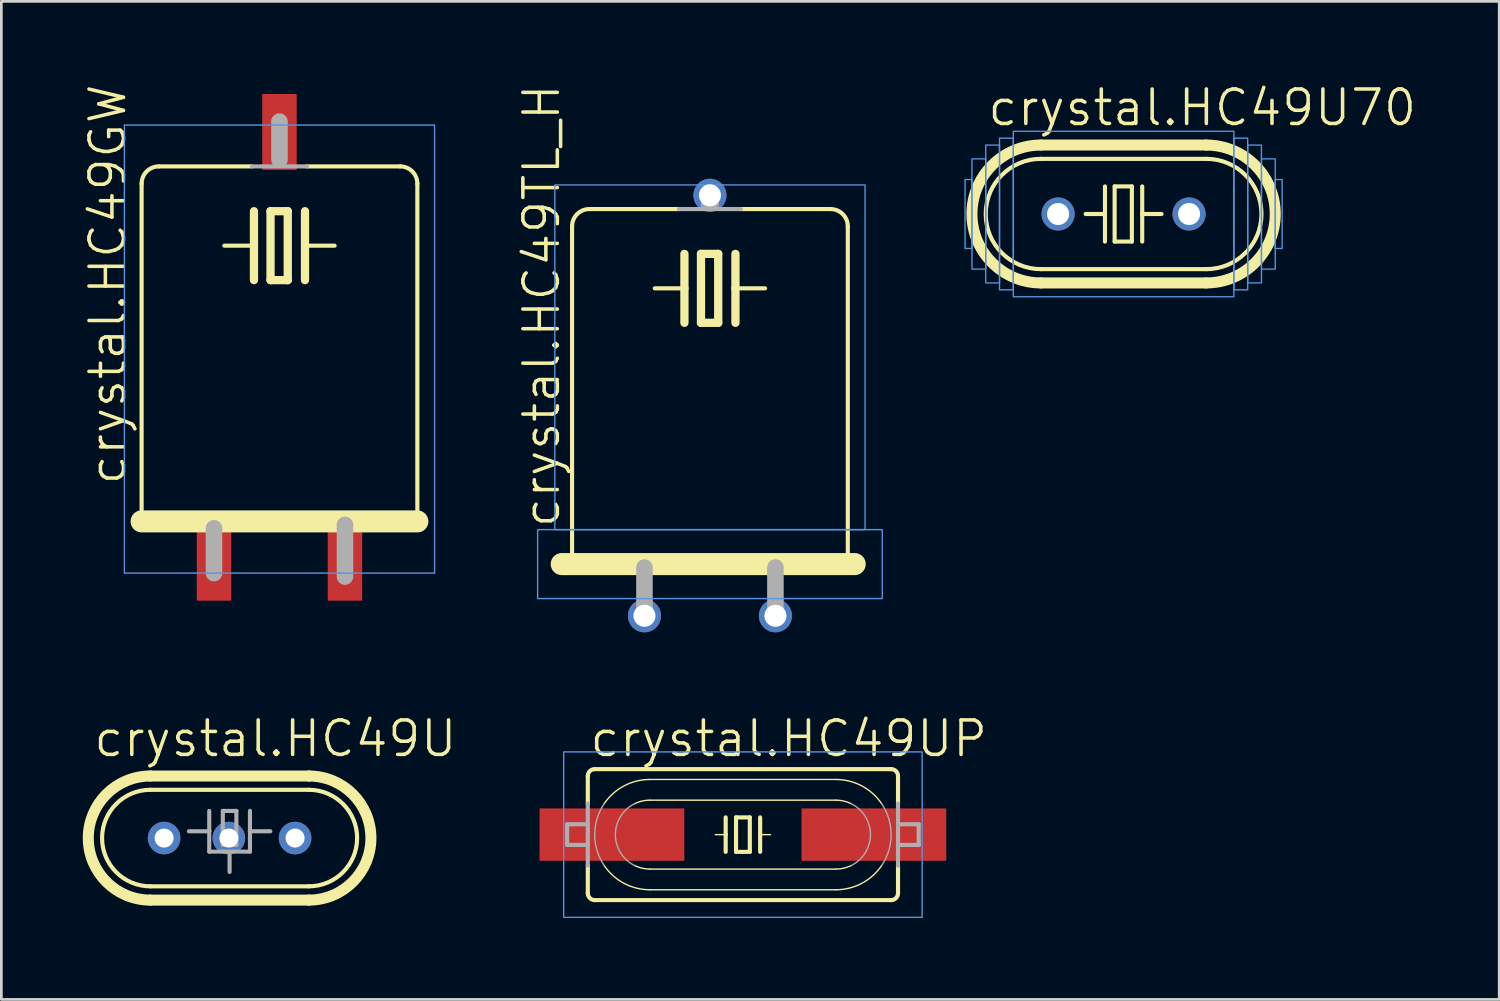
<source format=kicad_pcb>
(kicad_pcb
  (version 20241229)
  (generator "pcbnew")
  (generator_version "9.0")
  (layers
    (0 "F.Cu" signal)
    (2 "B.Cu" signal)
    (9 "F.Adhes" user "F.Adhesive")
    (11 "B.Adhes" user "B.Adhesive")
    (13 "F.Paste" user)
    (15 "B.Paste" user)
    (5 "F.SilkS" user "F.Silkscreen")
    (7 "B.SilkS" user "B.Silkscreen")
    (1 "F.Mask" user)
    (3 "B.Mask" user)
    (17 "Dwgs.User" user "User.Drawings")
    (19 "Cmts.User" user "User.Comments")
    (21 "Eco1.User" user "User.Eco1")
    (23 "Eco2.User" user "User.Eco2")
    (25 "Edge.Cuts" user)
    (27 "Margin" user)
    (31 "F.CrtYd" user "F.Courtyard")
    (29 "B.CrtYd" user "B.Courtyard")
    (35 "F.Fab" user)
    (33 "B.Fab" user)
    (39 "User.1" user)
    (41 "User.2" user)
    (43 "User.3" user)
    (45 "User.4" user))
  (footprint "crystal.HC49TL_H"
    (layer "F.Cu")
    (at 23.109 12.02)
    (property "Reference" "crystal.HC49TL_H" (at -5.461 4.445 90) (layer "F.SilkS") (effects (font (size 1.27 1.27) (thickness 0.13)) (justify left bottom)))
    (attr through_hole)
    (fp_line (start -5.08 -6.731) (end -5.08 5.715) (stroke (width 0.152) (type default)) (layer "F.SilkS"))
    (fp_line (start -1.143 -7.366) (end -4.445 -7.366) (stroke (width 0.152) (type default)) (layer "F.SilkS"))
    (fp_line (start -0.94 -5.715) (end -0.94 -4.445) (stroke (width 0.305) (type default)) (layer "F.SilkS"))
    (fp_line (start -0.94 -4.445) (end -2.032 -4.445) (stroke (width 0.152) (type default)) (layer "F.SilkS"))
    (fp_line (start -0.94 -4.445) (end -0.94 -3.175) (stroke (width 0.305) (type default)) (layer "F.SilkS"))
    (fp_line (start -0.33 -5.715) (end -0.33 -3.175) (stroke (width 0.305) (type default)) (layer "F.SilkS"))
    (fp_line (start -0.33 -3.175) (end 0.305 -3.175) (stroke (width 0.305) (type default)) (layer "F.SilkS"))
    (fp_line (start 0.305 -5.715) (end -0.33 -5.715) (stroke (width 0.305) (type default)) (layer "F.SilkS"))
    (fp_line (start 0.305 -3.175) (end 0.305 -5.715) (stroke (width 0.305) (type default)) (layer "F.SilkS"))
    (fp_line (start 0.94 -5.715) (end 0.94 -4.445) (stroke (width 0.305) (type default)) (layer "F.SilkS"))
    (fp_line (start 0.94 -4.445) (end 0.94 -3.175) (stroke (width 0.305) (type default)) (layer "F.SilkS"))
    (fp_line (start 0.94 -4.445) (end 2.032 -4.445) (stroke (width 0.152) (type default)) (layer "F.SilkS"))
    (fp_line (start 4.445 -7.366) (end 1.143 -7.366) (stroke (width 0.152) (type default)) (layer "F.SilkS"))
    (fp_line (start 5.08 5.715) (end 5.08 -6.731) (stroke (width 0.152) (type default)) (layer "F.SilkS"))
    (fp_line (start 5.334 5.715) (end -5.461 5.715) (stroke (width 0.813) (type default)) (layer "F.SilkS"))
    (fp_arc (start -5.08 -6.731) (mid -4.894013 -7.180013) (end -4.445 -7.366) (stroke (width 0.1524) (type default)) (layer "F.SilkS"))
    (fp_arc (start 4.445 -7.366) (mid 4.894013 -7.180013) (end 5.08 -6.731) (stroke (width 0.1524) (type default)) (layer "F.SilkS"))
    (fp_rect (start -6.35 6.985) (end 6.35 4.445) (stroke (width 0.05) (type default)) (fill no) (layer "Cmts.User"))
    (fp_rect (start -5.715 4.445) (end 5.715 -8.255) (stroke (width 0.05) (type default)) (fill no) (layer "Cmts.User"))
    (fp_line (start -2.413 5.842) (end -2.413 7.62) (stroke (width 0.61) (type default)) (layer "F.Fab"))
    (fp_line (start 0 -7.874) (end 0 -7.62) (stroke (width 0.61) (type default)) (layer "F.Fab"))
    (fp_line (start 1.143 -7.366) (end -1.143 -7.366) (stroke (width 0.152) (type default)) (layer "F.Fab"))
    (fp_line (start 2.413 5.842) (end 2.413 7.62) (stroke (width 0.61) (type default)) (layer "F.Fab"))
    (fp_rect (start -0.305 -7.366) (end 0.305 -7.569) (stroke (width 0.05) (type default)) (fill no) (layer "F.Fab"))
    (pad "1" thru_hole circle (at -2.413 7.62) (size 1.219 1.219) (drill 0.813) (layers "*.Cu" "*.Mask"))
    (pad "2" thru_hole circle (at 2.413 7.62) (size 1.219 1.219) (drill 0.813) (layers "*.Cu" "*.Mask"))
    (pad "3" thru_hole circle (at 0 -7.874) (size 1.219 1.219) (drill 0.813) (layers "*.Cu" "*.Mask")))
  (footprint "crystal.HC49U"
    (layer "F.Cu")
    (at 5.41 27.83)
    (property "Reference" "crystal.HC49U" (at -5.08 -2.921 0) (layer "F.SilkS") (effects (font (size 1.27 1.27) (thickness 0.13)) (justify left bottom)))
    (attr through_hole)
    (fp_line (start -2.921 -2.286) (end 2.921 -2.286) (stroke (width 0.406) (type default)) (layer "F.SilkS"))
    (fp_line (start -2.921 1.778) (end 2.921 1.778) (stroke (width 0.152) (type default)) (layer "F.SilkS"))
    (fp_line (start -2.921 2.286) (end 2.921 2.286) (stroke (width 0.406) (type default)) (layer "F.SilkS"))
    (fp_line (start 2.921 -1.778) (end -2.921 -1.778) (stroke (width 0.152) (type default)) (layer "F.SilkS"))
    (fp_arc (start -2.921 1.778) (mid -4.699 0) (end -2.921 -1.778) (stroke (width 0.1524) (type default)) (layer "F.SilkS"))
    (fp_arc (start -2.921 2.286) (mid -5.207 0) (end -2.921 -2.286) (stroke (width 0.4064) (type default)) (layer "F.SilkS"))
    (fp_arc (start 2.921 -2.286) (mid 5.207 0) (end 2.921 2.286) (stroke (width 0.4064) (type default)) (layer "F.SilkS"))
    (fp_arc (start 2.921 -1.778) (mid 4.699 0) (end 2.921 1.778) (stroke (width 0.1524) (type default)) (layer "F.SilkS"))
    (fp_line (start -0.75 -1) (end -0.75 -0.25) (stroke (width 0.152) (type default)) (layer "F.Fab"))
    (fp_line (start -0.75 -0.25) (end -1.5 -0.25) (stroke (width 0.152) (type default)) (layer "F.Fab"))
    (fp_line (start -0.75 -0.25) (end -0.75 0.5) (stroke (width 0.152) (type default)) (layer "F.Fab"))
    (fp_line (start -0.75 0.5) (end 0.75 0.5) (stroke (width 0.152) (type default)) (layer "F.Fab"))
    (fp_line (start -0.25 -1) (end 0.25 -1) (stroke (width 0.152) (type default)) (layer "F.Fab"))
    (fp_line (start -0.25 0.25) (end -0.25 -1) (stroke (width 0.152) (type default)) (layer "F.Fab"))
    (fp_line (start 0 1.25) (end 0 0.625) (stroke (width 0.152) (type default)) (layer "F.Fab"))
    (fp_line (start 0.25 -1) (end 0.25 0.25) (stroke (width 0.152) (type default)) (layer "F.Fab"))
    (fp_line (start 0.25 0.25) (end -0.25 0.25) (stroke (width 0.152) (type default)) (layer "F.Fab"))
    (fp_line (start 0.75 -1) (end 0.75 -0.25) (stroke (width 0.152) (type default)) (layer "F.Fab"))
    (fp_line (start 0.75 -0.25) (end 0.75 0.5) (stroke (width 0.152) (type default)) (layer "F.Fab"))
    (fp_line (start 0.75 -0.25) (end 1.5 -0.25) (stroke (width 0.152) (type default)) (layer "F.Fab"))
    (pad "1" thru_hole circle (at -2.413 0) (size 1.2 1.2) (drill 0.7) (layers "*.Cu" "*.Mask"))
    (pad "2" thru_hole circle (at -0.027 0) (size 1.2 1.2) (drill 0.7) (layers "*.Cu" "*.Mask"))
    (pad "3" thru_hole circle (at 2.413 0) (size 1.2 1.2) (drill 0.7) (layers "*.Cu" "*.Mask")))
  (footprint "crystal.HC49U70"
    (layer "F.Cu")
    (at 38.351 4.835)
    (property "Reference" "crystal.HC49U70" (at -5.08 -3.175 0) (layer "F.SilkS") (effects (font (size 1.27 1.27) (thickness 0.13)) (justify left bottom)))
    (attr through_hole)
    (fp_line (start -3.048 -2.54) (end 3.048 -2.54) (stroke (width 0.406) (type default)) (layer "F.SilkS"))
    (fp_line (start -3.048 2.032) (end 3.048 2.032) (stroke (width 0.152) (type default)) (layer "F.SilkS"))
    (fp_line (start -3.048 2.54) (end 3.048 2.54) (stroke (width 0.406) (type default)) (layer "F.SilkS"))
    (fp_line (start -0.686 -1.016) (end -0.686 0) (stroke (width 0.152) (type default)) (layer "F.SilkS"))
    (fp_line (start -0.686 0) (end -1.397 0) (stroke (width 0.152) (type default)) (layer "F.SilkS"))
    (fp_line (start -0.686 0) (end -0.686 1.016) (stroke (width 0.152) (type default)) (layer "F.SilkS"))
    (fp_line (start -0.33 -1.016) (end -0.33 1.016) (stroke (width 0.152) (type default)) (layer "F.SilkS"))
    (fp_line (start -0.33 1.016) (end 0.305 1.016) (stroke (width 0.152) (type default)) (layer "F.SilkS"))
    (fp_line (start 0.305 -1.016) (end -0.33 -1.016) (stroke (width 0.152) (type default)) (layer "F.SilkS"))
    (fp_line (start 0.305 1.016) (end 0.305 -1.016) (stroke (width 0.152) (type default)) (layer "F.SilkS"))
    (fp_line (start 0.686 -1.016) (end 0.686 0) (stroke (width 0.152) (type default)) (layer "F.SilkS"))
    (fp_line (start 0.686 0) (end 0.686 1.016) (stroke (width 0.152) (type default)) (layer "F.SilkS"))
    (fp_line (start 0.686 0) (end 1.397 0) (stroke (width 0.152) (type default)) (layer "F.SilkS"))
    (fp_line (start 3.048 -2.032) (end -3.048 -2.032) (stroke (width 0.152) (type default)) (layer "F.SilkS"))
    (fp_arc (start -3.048 2.032) (mid -5.08 0) (end -3.048 -2.032) (stroke (width 0.1524) (type default)) (layer "F.SilkS"))
    (fp_arc (start -3.048 2.54) (mid -5.588 0) (end -3.048 -2.54) (stroke (width 0.4064) (type default)) (layer "F.SilkS"))
    (fp_arc (start 3.048 -2.54) (mid 5.588 0) (end 3.048 2.54) (stroke (width 0.4064) (type default)) (layer "F.SilkS"))
    (fp_arc (start 3.048 -2.032) (mid 5.08 0) (end 3.048 2.032) (stroke (width 0.1524) (type default)) (layer "F.SilkS"))
    (fp_rect (start -5.842 1.27) (end -5.588 -1.27) (stroke (width 0.05) (type default)) (fill no) (layer "Cmts.User"))
    (fp_rect (start -5.588 2.032) (end -5.08 -2.032) (stroke (width 0.05) (type default)) (fill no) (layer "Cmts.User"))
    (fp_rect (start -5.08 2.54) (end -4.572 -2.54) (stroke (width 0.05) (type default)) (fill no) (layer "Cmts.User"))
    (fp_rect (start -4.572 2.794) (end -4.064 -2.794) (stroke (width 0.05) (type default)) (fill no) (layer "Cmts.User"))
    (fp_rect (start -4.064 3.048) (end 4.064 -3.048) (stroke (width 0.05) (type default)) (fill no) (layer "Cmts.User"))
    (fp_rect (start 4.064 2.794) (end 4.572 -2.794) (stroke (width 0.05) (type default)) (fill no) (layer "Cmts.User"))
    (fp_rect (start 4.572 2.54) (end 5.08 -2.54) (stroke (width 0.05) (type default)) (fill no) (layer "Cmts.User"))
    (fp_rect (start 5.08 2.032) (end 5.588 -2.032) (stroke (width 0.05) (type default)) (fill no) (layer "Cmts.User"))
    (fp_rect (start 5.588 1.27) (end 5.842 -1.27) (stroke (width 0.05) (type default)) (fill no) (layer "Cmts.User"))
    (pad "1" thru_hole circle (at -2.413 0) (size 1.219 1.219) (drill 0.813) (layers "*.Cu" "*.Mask"))
    (pad "2" thru_hole circle (at 2.413 0) (size 1.219 1.219) (drill 0.813) (layers "*.Cu" "*.Mask")))
  (footprint "crystal.HC49UP"
    (layer "F.Cu")
    (at 24.324 27.703)
    (property "Reference" "crystal.HC49UP" (at -5.715 -2.794 0) (layer "F.SilkS") (effects (font (size 1.27 1.27) (thickness 0.13)) (justify left bottom)))
    (attr smd)
    (fp_line (start -5.715 -1.143) (end -5.715 -2.159) (stroke (width 0.152) (type default)) (layer "F.SilkS"))
    (fp_line (start -5.715 2.159) (end -5.715 1.143) (stroke (width 0.152) (type default)) (layer "F.SilkS"))
    (fp_line (start -3.429 -2.032) (end 3.429 -2.032) (stroke (width 0.051) (type default)) (layer "F.SilkS"))
    (fp_line (start -3.429 -1.27) (end 3.429 -1.27) (stroke (width 0.051) (type default)) (layer "F.SilkS"))
    (fp_line (start -0.635 -0.635) (end -0.635 0) (stroke (width 0.152) (type default)) (layer "F.SilkS"))
    (fp_line (start -0.635 0) (end -1.016 0) (stroke (width 0.051) (type default)) (layer "F.SilkS"))
    (fp_line (start -0.635 0) (end -0.635 0.635) (stroke (width 0.152) (type default)) (layer "F.SilkS"))
    (fp_line (start -0.254 -0.635) (end -0.254 0.635) (stroke (width 0.152) (type default)) (layer "F.SilkS"))
    (fp_line (start -0.254 0.635) (end 0.254 0.635) (stroke (width 0.152) (type default)) (layer "F.SilkS"))
    (fp_line (start 0.254 -0.635) (end -0.254 -0.635) (stroke (width 0.152) (type default)) (layer "F.SilkS"))
    (fp_line (start 0.254 0.635) (end 0.254 -0.635) (stroke (width 0.152) (type default)) (layer "F.SilkS"))
    (fp_line (start 0.635 -0.635) (end 0.635 0) (stroke (width 0.152) (type default)) (layer "F.SilkS"))
    (fp_line (start 0.635 0) (end 0.635 0.635) (stroke (width 0.152) (type default)) (layer "F.SilkS"))
    (fp_line (start 0.635 0) (end 1.016 0) (stroke (width 0.051) (type default)) (layer "F.SilkS"))
    (fp_line (start 3.429 1.27) (end -3.429 1.27) (stroke (width 0.051) (type default)) (layer "F.SilkS"))
    (fp_line (start 3.429 2.032) (end -3.429 2.032) (stroke (width 0.051) (type default)) (layer "F.SilkS"))
    (fp_line (start 5.461 -2.413) (end -5.461 -2.413) (stroke (width 0.152) (type default)) (layer "F.SilkS"))
    (fp_line (start 5.461 2.413) (end -5.461 2.413) (stroke (width 0.152) (type default)) (layer "F.SilkS"))
    (fp_line (start 5.715 -1.143) (end 5.715 -2.159) (stroke (width 0.152) (type default)) (layer "F.SilkS"))
    (fp_line (start 5.715 2.159) (end 5.715 1.143) (stroke (width 0.152) (type default)) (layer "F.SilkS"))
    (fp_arc (start -5.715 -2.159) (mid -5.640605 -2.338605) (end -5.461 -2.413) (stroke (width 0.1524) (type default)) (layer "F.SilkS"))
    (fp_arc (start -5.461 2.413) (mid -5.640605 2.338605) (end -5.715 2.159) (stroke (width 0.1524) (type default)) (layer "F.SilkS"))
    (fp_arc (start -5.1091 -1.143) (mid -4.379417 -1.796107) (end -3.429 -2.0321) (stroke (width 0.0508) (type default)) (layer "F.SilkS"))
    (fp_arc (start -3.9826 -1.143) (mid -3.712991 -1.237845) (end -3.429 -1.27) (stroke (width 0.0508) (type default)) (layer "F.SilkS"))
    (fp_arc (start -3.429 1.27) (mid -3.712991 1.237845) (end -3.9826 1.143) (stroke (width 0.0508) (type default)) (layer "F.SilkS"))
    (fp_arc (start -3.429 2.032) (mid -4.379408 1.796062) (end -5.1091 1.143) (stroke (width 0.0508) (type default)) (layer "F.SilkS"))
    (fp_arc (start 3.429 -2.032) (mid 4.379408 -1.796062) (end 5.1091 -1.143) (stroke (width 0.0508) (type default)) (layer "F.SilkS"))
    (fp_arc (start 3.429 -1.27) (mid 3.712991 -1.237845) (end 3.9826 -1.143) (stroke (width 0.0508) (type default)) (layer "F.SilkS"))
    (fp_arc (start 3.9826 1.143) (mid 3.712991 1.237845) (end 3.429 1.27) (stroke (width 0.0508) (type default)) (layer "F.SilkS"))
    (fp_arc (start 5.109 1.1429) (mid 4.379367 1.795995) (end 3.429 2.032) (stroke (width 0.0508) (type default)) (layer "F.SilkS"))
    (fp_arc (start 5.461 -2.413) (mid 5.640605 -2.338605) (end 5.715 -2.159) (stroke (width 0.1524) (type default)) (layer "F.SilkS"))
    (fp_arc (start 5.715 2.159) (mid 5.640605 2.338605) (end 5.461 2.413) (stroke (width 0.1524) (type default)) (layer "F.SilkS"))
    (fp_rect (start -6.604 3.048) (end 6.604 -3.048) (stroke (width 0.05) (type default)) (fill no) (layer "Cmts.User"))
    (fp_line (start -6.477 0.381) (end -6.477 -0.381) (stroke (width 0.152) (type default)) (layer "F.Fab"))
    (fp_line (start -5.715 -0.381) (end -6.477 -0.381) (stroke (width 0.152) (type default)) (layer "F.Fab"))
    (fp_line (start -5.715 -0.381) (end -5.715 -1.143) (stroke (width 0.152) (type default)) (layer "F.Fab"))
    (fp_line (start -5.715 0.381) (end -6.477 0.381) (stroke (width 0.152) (type default)) (layer "F.Fab"))
    (fp_line (start -5.715 0.381) (end -5.715 -0.381) (stroke (width 0.152) (type default)) (layer "F.Fab"))
    (fp_line (start -5.715 1.143) (end -5.715 0.381) (stroke (width 0.152) (type default)) (layer "F.Fab"))
    (fp_line (start 5.715 -0.381) (end 6.477 -0.381) (stroke (width 0.152) (type default)) (layer "F.Fab"))
    (fp_line (start 5.715 0.381) (end 6.477 0.381) (stroke (width 0.152) (type default)) (layer "F.Fab"))
    (fp_line (start 5.715 1.143) (end 5.715 -1.143) (stroke (width 0.152) (type default)) (layer "F.Fab"))
    (fp_line (start 6.477 0.381) (end 6.477 -0.381) (stroke (width 0.152) (type default)) (layer "F.Fab"))
    (fp_arc (start -5.1091 1.143) (mid -5.46104 0) (end -5.1091 -1.143) (stroke (width 0.0508) (type default)) (layer "F.Fab"))
    (fp_arc (start -3.9826 1.143) (mid -4.699009 0) (end -3.9826 -1.143) (stroke (width 0.0508) (type default)) (layer "F.Fab"))
    (fp_arc (start 3.9826 -1.143) (mid 4.699009 0) (end 3.9826 1.143) (stroke (width 0.0508) (type default)) (layer "F.Fab"))
    (fp_arc (start 5.1091 -1.143) (mid 5.46104 0) (end 5.1091 1.143) (stroke (width 0.0508) (type default)) (layer "F.Fab"))
    (pad "1" smd roundrect (at -4.826 0) (size 5.334 1.93) (layers "F.Cu" "F.Mask" "F.Paste") (roundrect_rratio 0.01))
    (pad "2" smd roundrect (at 4.826 0) (size 5.334 1.93) (layers "F.Cu" "F.Mask" "F.Paste") (roundrect_rratio 0.01)))
  (footprint "crystal.HC49GW"
    (layer "F.Cu")
    (at 7.248 9.812)
    (property "Reference" "crystal.HC49GW" (at -5.588 5.08 90) (layer "F.SilkS") (effects (font (size 1.27 1.27) (thickness 0.13)) (justify left bottom)))
    (attr smd)
    (fp_line (start -5.08 -6.096) (end -5.08 6.35) (stroke (width 0.152) (type default)) (layer "F.SilkS"))
    (fp_line (start -5.08 6.35) (end 5.08 6.35) (stroke (width 0.813) (type default)) (layer "F.SilkS"))
    (fp_line (start -1.016 -6.731) (end -4.445 -6.731) (stroke (width 0.152) (type default)) (layer "F.SilkS"))
    (fp_line (start -0.94 -5.08) (end -0.94 -3.81) (stroke (width 0.305) (type default)) (layer "F.SilkS"))
    (fp_line (start -0.94 -3.81) (end -2.032 -3.81) (stroke (width 0.152) (type default)) (layer "F.SilkS"))
    (fp_line (start -0.94 -3.81) (end -0.94 -2.54) (stroke (width 0.305) (type default)) (layer "F.SilkS"))
    (fp_line (start -0.33 -5.08) (end -0.33 -2.54) (stroke (width 0.305) (type default)) (layer "F.SilkS"))
    (fp_line (start -0.33 -2.54) (end 0.305 -2.54) (stroke (width 0.305) (type default)) (layer "F.SilkS"))
    (fp_line (start 0.305 -5.08) (end -0.33 -5.08) (stroke (width 0.305) (type default)) (layer "F.SilkS"))
    (fp_line (start 0.305 -2.54) (end 0.305 -5.08) (stroke (width 0.305) (type default)) (layer "F.SilkS"))
    (fp_line (start 0.94 -5.08) (end 0.94 -3.81) (stroke (width 0.305) (type default)) (layer "F.SilkS"))
    (fp_line (start 0.94 -3.81) (end 0.94 -2.54) (stroke (width 0.305) (type default)) (layer "F.SilkS"))
    (fp_line (start 0.94 -3.81) (end 2.032 -3.81) (stroke (width 0.152) (type default)) (layer "F.SilkS"))
    (fp_line (start 4.445 -6.731) (end 1.016 -6.731) (stroke (width 0.152) (type default)) (layer "F.SilkS"))
    (fp_line (start 5.08 6.35) (end 5.08 -6.096) (stroke (width 0.152) (type default)) (layer "F.SilkS"))
    (fp_arc (start -5.08 -6.096) (mid -4.894013 -6.545013) (end -4.445 -6.731) (stroke (width 0.1524) (type default)) (layer "F.SilkS"))
    (fp_arc (start 4.445 -6.731) (mid 4.894013 -6.545013) (end 5.08 -6.096) (stroke (width 0.1524) (type default)) (layer "F.SilkS"))
    (fp_rect (start -5.715 8.255) (end 5.715 -8.255) (stroke (width 0.05) (type default)) (fill no) (layer "Cmts.User"))
    (fp_line (start -2.413 6.604) (end -2.413 8.255) (stroke (width 0.61) (type default)) (layer "F.Fab"))
    (fp_line (start 0 -8.382) (end 0 -6.985) (stroke (width 0.61) (type default)) (layer "F.Fab"))
    (fp_line (start 1.016 -6.731) (end -1.016 -6.731) (stroke (width 0.152) (type default)) (layer "F.Fab"))
    (fp_line (start 2.413 6.477) (end 2.413 8.382) (stroke (width 0.61) (type default)) (layer "F.Fab"))
    (pad "1" smd roundrect (at -2.413 8.001) (size 1.27 2.54) (layers "F.Cu" "F.Mask" "F.Paste") (roundrect_rratio 0.01))
    (pad "2" smd roundrect (at 2.413 8.001) (size 1.27 2.54) (layers "F.Cu" "F.Mask" "F.Paste") (roundrect_rratio 0.01))
    (pad "3" smd roundrect (at 0 -8.001) (size 1.27 2.794) (layers "F.Cu" "F.Mask" "F.Paste") (roundrect_rratio 0.01)))
  (gr_rect
    (start -3 -3)
    (end 52.191 33.776)
    (stroke (width 0.1) (type default))
    (fill no)
    (layer "Edge.Cuts")))
</source>
